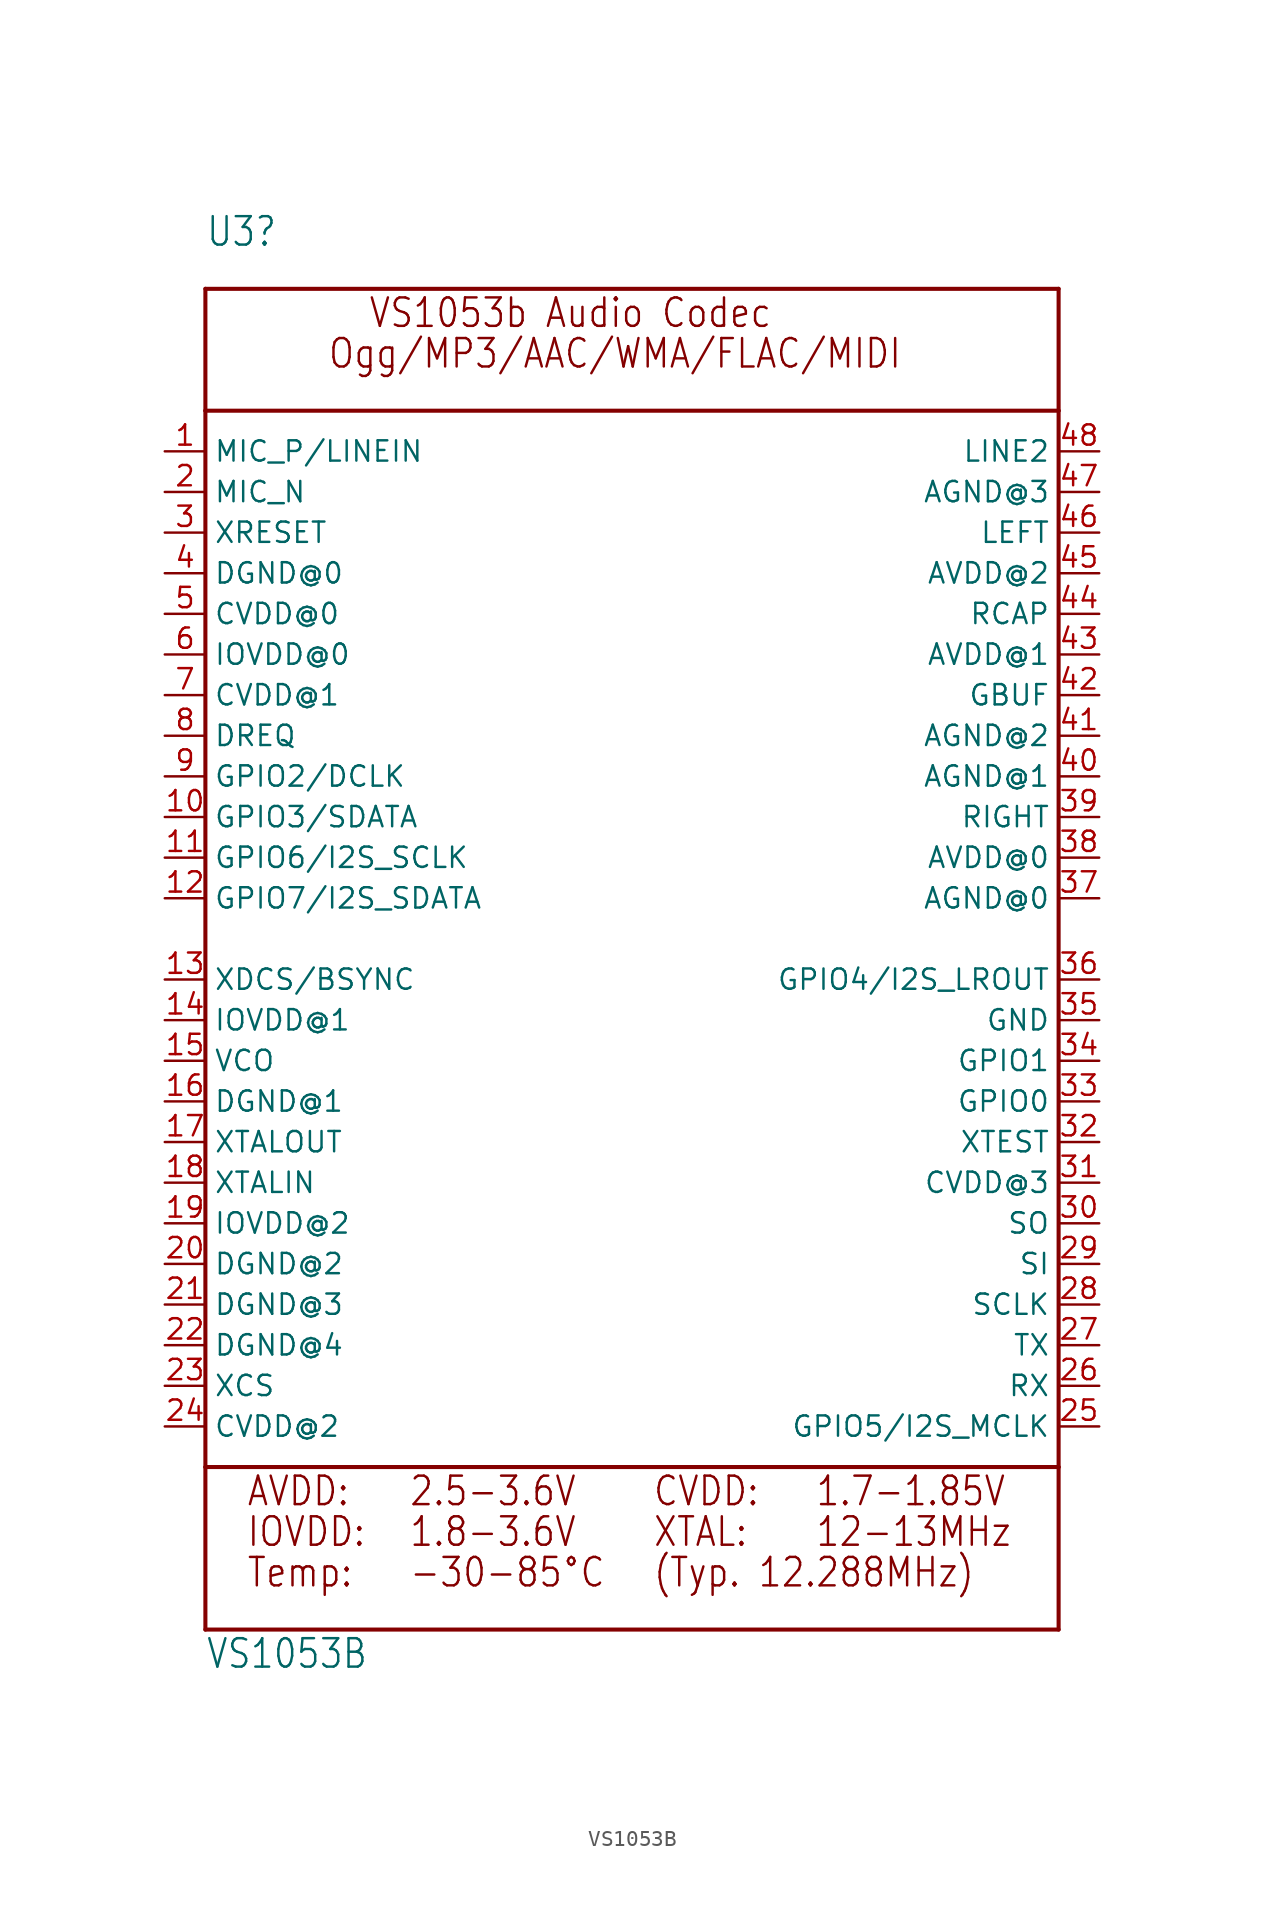
<source format=kicad_sym>
(kicad_symbol_lib
  (version 20231120)
  (generator "kicad_symbol_editor")
  (generator_version "8.0")
  (symbol "VS1053B"
    (property "Reference" "U3"
      (at -25.4 43.18 0)
      (effects (font (size 1.778 1.511)) (justify left bottom)))
    (property "Value" "VS1053B"
      (at -25.4 -45.72 0)
      (effects (font (size 1.778 1.511)) (justify left bottom)))
    (property "ki_locked" ""
      (at 0 0 0)
      (effects (font (size 1.27 1.27))))
    (symbol "VS1053B_1_0"
      (polyline (pts (xy -25.4 -43.18) (xy -25.4 -33.02)) (stroke (width 0.254) (type solid)) (fill (type none)))
      (polyline (pts (xy -25.4 -33.02) (xy -25.4 33.02)) (stroke (width 0.254) (type solid)) (fill (type none)))
      (polyline (pts (xy -25.4 33.02) (xy -25.4 40.64)) (stroke (width 0.254) (type solid)) (fill (type none)))
      (polyline (pts (xy -25.4 33.02) (xy 27.94 33.02)) (stroke (width 0.254) (type solid)) (fill (type none)))
      (polyline (pts (xy -25.4 40.64) (xy 27.94 40.64)) (stroke (width 0.254) (type solid)) (fill (type none)))
      (polyline (pts (xy 27.94 -43.18) (xy -25.4 -43.18)) (stroke (width 0.254) (type solid)) (fill (type none)))
      (polyline (pts (xy 27.94 -33.02) (xy -25.4 -33.02)) (stroke (width 0.254) (type solid)) (fill (type none)))
      (polyline (pts (xy 27.94 -33.02) (xy 27.94 -43.18)) (stroke (width 0.254) (type solid)) (fill (type none)))
      (polyline (pts (xy 27.94 33.02) (xy 27.94 -33.02)) (stroke (width 0.254) (type solid)) (fill (type none)))
      (polyline (pts (xy 27.94 40.64) (xy 27.94 33.02)) (stroke (width 0.254) (type solid)) (fill (type none)))
      (text "(Typ. 12.288MHz)" (at 2.54 -40.64 0) (effects (font (size 1.778 1.511)) (justify left bottom)))
      (text "-30-85°C" (at -12.7 -40.64 0) (effects (font (size 1.778 1.511)) (justify left bottom)))
      (text "1.7-1.85V" (at 12.7 -35.56 0) (effects (font (size 1.778 1.511)) (justify left bottom)))
      (text "1.8-3.6V" (at -12.7 -38.1 0) (effects (font (size 1.778 1.511)) (justify left bottom)))
      (text "12-13MHz" (at 12.7 -38.1 0) (effects (font (size 1.778 1.511)) (justify left bottom)))
      (text "2.5-3.6V" (at -12.7 -35.56 0) (effects (font (size 1.778 1.511)) (justify left bottom)))
      (text "AVDD:" (at -22.86 -35.56 0) (effects (font (size 1.778 1.511)) (justify left bottom)))
      (text "CVDD:" (at 2.54 -35.56 0) (effects (font (size 1.778 1.511)) (justify left bottom)))
      (text "IOVDD:" (at -22.86 -38.1 0) (effects (font (size 1.778 1.511)) (justify left bottom)))
      (text "Ogg/MP3/AAC/WMA/FLAC/MIDI" (at -17.78 35.56 0) (effects (font (size 1.778 1.511)) (justify left bottom)))
      (text "Temp:" (at -22.86 -40.64 0) (effects (font (size 1.778 1.511)) (justify left bottom)))
      (text "VS1053b Audio Codec" (at -15.24 38.1 0) (effects (font (size 1.778 1.511)) (justify left bottom)))
      (text "XTAL:" (at 2.54 -38.1 0) (effects (font (size 1.778 1.511)) (justify left bottom)))
      (pin bidirectional line (at -27.94 30.48 0) (length 2.54) (name "MIC_P/LINEIN" (effects (font (size 1.27 1.27)))) (number "1" (effects (font (size 1.27 1.27)))))
      (pin bidirectional line (at -27.94 7.62 0) (length 2.54) (name "GPIO3/SDATA" (effects (font (size 1.27 1.27)))) (number "10" (effects (font (size 1.27 1.27)))))
      (pin bidirectional line (at -27.94 5.08 0) (length 2.54) (name "GPIO6/I2S_SCLK" (effects (font (size 1.27 1.27)))) (number "11" (effects (font (size 1.27 1.27)))))
      (pin bidirectional line (at -27.94 2.54 0) (length 2.54) (name "GPIO7/I2S_SDATA" (effects (font (size 1.27 1.27)))) (number "12" (effects (font (size 1.27 1.27)))))
      (pin bidirectional line (at -27.94 -2.54 0) (length 2.54) (name "XDCS/BSYNC" (effects (font (size 1.27 1.27)))) (number "13" (effects (font (size 1.27 1.27)))))
      (pin power_in line (at -27.94 -5.08 0) (length 2.54) (name "IOVDD@1" (effects (font (size 1.27 1.27)))) (number "14" (effects (font (size 1.27 1.27)))))
      (pin bidirectional line (at -27.94 -7.62 0) (length 2.54) (name "VCO" (effects (font (size 1.27 1.27)))) (number "15" (effects (font (size 1.27 1.27)))))
      (pin power_in line (at -27.94 -10.16 0) (length 2.54) (name "DGND@1" (effects (font (size 1.27 1.27)))) (number "16" (effects (font (size 1.27 1.27)))))
      (pin output line (at -27.94 -12.7 0) (length 2.54) (name "XTALOUT" (effects (font (size 1.27 1.27)))) (number "17" (effects (font (size 1.27 1.27)))))
      (pin input line (at -27.94 -15.24 0) (length 2.54) (name "XTALIN" (effects (font (size 1.27 1.27)))) (number "18" (effects (font (size 1.27 1.27)))))
      (pin power_in line (at -27.94 -17.78 0) (length 2.54) (name "IOVDD@2" (effects (font (size 1.27 1.27)))) (number "19" (effects (font (size 1.27 1.27)))))
      (pin bidirectional line (at -27.94 27.94 0) (length 2.54) (name "MIC_N" (effects (font (size 1.27 1.27)))) (number "2" (effects (font (size 1.27 1.27)))))
      (pin power_in line (at -27.94 -20.32 0) (length 2.54) (name "DGND@2" (effects (font (size 1.27 1.27)))) (number "20" (effects (font (size 1.27 1.27)))))
      (pin power_in line (at -27.94 -22.86 0) (length 2.54) (name "DGND@3" (effects (font (size 1.27 1.27)))) (number "21" (effects (font (size 1.27 1.27)))))
      (pin power_in line (at -27.94 -25.4 0) (length 2.54) (name "DGND@4" (effects (font (size 1.27 1.27)))) (number "22" (effects (font (size 1.27 1.27)))))
      (pin bidirectional line (at -27.94 -27.94 0) (length 2.54) (name "XCS" (effects (font (size 1.27 1.27)))) (number "23" (effects (font (size 1.27 1.27)))))
      (pin power_in line (at -27.94 -30.48 0) (length 2.54) (name "CVDD@2" (effects (font (size 1.27 1.27)))) (number "24" (effects (font (size 1.27 1.27)))))
      (pin bidirectional line (at 30.48 -30.48 180) (length 2.54) (name "GPIO5/I2S_MCLK" (effects (font (size 1.27 1.27)))) (number "25" (effects (font (size 1.27 1.27)))))
      (pin bidirectional line (at 30.48 -27.94 180) (length 2.54) (name "RX" (effects (font (size 1.27 1.27)))) (number "26" (effects (font (size 1.27 1.27)))))
      (pin bidirectional line (at 30.48 -25.4 180) (length 2.54) (name "TX" (effects (font (size 1.27 1.27)))) (number "27" (effects (font (size 1.27 1.27)))))
      (pin bidirectional line (at 30.48 -22.86 180) (length 2.54) (name "SCLK" (effects (font (size 1.27 1.27)))) (number "28" (effects (font (size 1.27 1.27)))))
      (pin bidirectional line (at 30.48 -20.32 180) (length 2.54) (name "SI" (effects (font (size 1.27 1.27)))) (number "29" (effects (font (size 1.27 1.27)))))
      (pin bidirectional line (at -27.94 25.4 0) (length 2.54) (name "XRESET" (effects (font (size 1.27 1.27)))) (number "3" (effects (font (size 1.27 1.27)))))
      (pin bidirectional line (at 30.48 -17.78 180) (length 2.54) (name "SO" (effects (font (size 1.27 1.27)))) (number "30" (effects (font (size 1.27 1.27)))))
      (pin power_in line (at 30.48 -15.24 180) (length 2.54) (name "CVDD@3" (effects (font (size 1.27 1.27)))) (number "31" (effects (font (size 1.27 1.27)))))
      (pin bidirectional line (at 30.48 -12.7 180) (length 2.54) (name "XTEST" (effects (font (size 1.27 1.27)))) (number "32" (effects (font (size 1.27 1.27)))))
      (pin bidirectional line (at 30.48 -10.16 180) (length 2.54) (name "GPIO0" (effects (font (size 1.27 1.27)))) (number "33" (effects (font (size 1.27 1.27)))))
      (pin bidirectional line (at 30.48 -7.62 180) (length 2.54) (name "GPIO1" (effects (font (size 1.27 1.27)))) (number "34" (effects (font (size 1.27 1.27)))))
      (pin power_in line (at 30.48 -5.08 180) (length 2.54) (name "GND" (effects (font (size 1.27 1.27)))) (number "35" (effects (font (size 1.27 1.27)))))
      (pin bidirectional line (at 30.48 -2.54 180) (length 2.54) (name "GPIO4/I2S_LROUT" (effects (font (size 1.27 1.27)))) (number "36" (effects (font (size 1.27 1.27)))))
      (pin power_in line (at 30.48 2.54 180) (length 2.54) (name "AGND@0" (effects (font (size 1.27 1.27)))) (number "37" (effects (font (size 1.27 1.27)))))
      (pin power_in line (at 30.48 5.08 180) (length 2.54) (name "AVDD@0" (effects (font (size 1.27 1.27)))) (number "38" (effects (font (size 1.27 1.27)))))
      (pin bidirectional line (at 30.48 7.62 180) (length 2.54) (name "RIGHT" (effects (font (size 1.27 1.27)))) (number "39" (effects (font (size 1.27 1.27)))))
      (pin power_in line (at -27.94 22.86 0) (length 2.54) (name "DGND@0" (effects (font (size 1.27 1.27)))) (number "4" (effects (font (size 1.27 1.27)))))
      (pin power_in line (at 30.48 10.16 180) (length 2.54) (name "AGND@1" (effects (font (size 1.27 1.27)))) (number "40" (effects (font (size 1.27 1.27)))))
      (pin power_in line (at 30.48 12.7 180) (length 2.54) (name "AGND@2" (effects (font (size 1.27 1.27)))) (number "41" (effects (font (size 1.27 1.27)))))
      (pin bidirectional line (at 30.48 15.24 180) (length 2.54) (name "GBUF" (effects (font (size 1.27 1.27)))) (number "42" (effects (font (size 1.27 1.27)))))
      (pin power_in line (at 30.48 17.78 180) (length 2.54) (name "AVDD@1" (effects (font (size 1.27 1.27)))) (number "43" (effects (font (size 1.27 1.27)))))
      (pin bidirectional line (at 30.48 20.32 180) (length 2.54) (name "RCAP" (effects (font (size 1.27 1.27)))) (number "44" (effects (font (size 1.27 1.27)))))
      (pin power_in line (at 30.48 22.86 180) (length 2.54) (name "AVDD@2" (effects (font (size 1.27 1.27)))) (number "45" (effects (font (size 1.27 1.27)))))
      (pin bidirectional line (at 30.48 25.4 180) (length 2.54) (name "LEFT" (effects (font (size 1.27 1.27)))) (number "46" (effects (font (size 1.27 1.27)))))
      (pin power_in line (at 30.48 27.94 180) (length 2.54) (name "AGND@3" (effects (font (size 1.27 1.27)))) (number "47" (effects (font (size 1.27 1.27)))))
      (pin bidirectional line (at 30.48 30.48 180) (length 2.54) (name "LINE2" (effects (font (size 1.27 1.27)))) (number "48" (effects (font (size 1.27 1.27)))))
      (pin power_in line (at -27.94 20.32 0) (length 2.54) (name "CVDD@0" (effects (font (size 1.27 1.27)))) (number "5" (effects (font (size 1.27 1.27)))))
      (pin power_in line (at -27.94 17.78 0) (length 2.54) (name "IOVDD@0" (effects (font (size 1.27 1.27)))) (number "6" (effects (font (size 1.27 1.27)))))
      (pin power_in line (at -27.94 15.24 0) (length 2.54) (name "CVDD@1" (effects (font (size 1.27 1.27)))) (number "7" (effects (font (size 1.27 1.27)))))
      (pin bidirectional line (at -27.94 12.7 0) (length 2.54) (name "DREQ" (effects (font (size 1.27 1.27)))) (number "8" (effects (font (size 1.27 1.27)))))
      (pin bidirectional line (at -27.94 10.16 0) (length 2.54) (name "GPIO2/DCLK" (effects (font (size 1.27 1.27)))) (number "9" (effects (font (size 1.27 1.27))))))))
</source>
